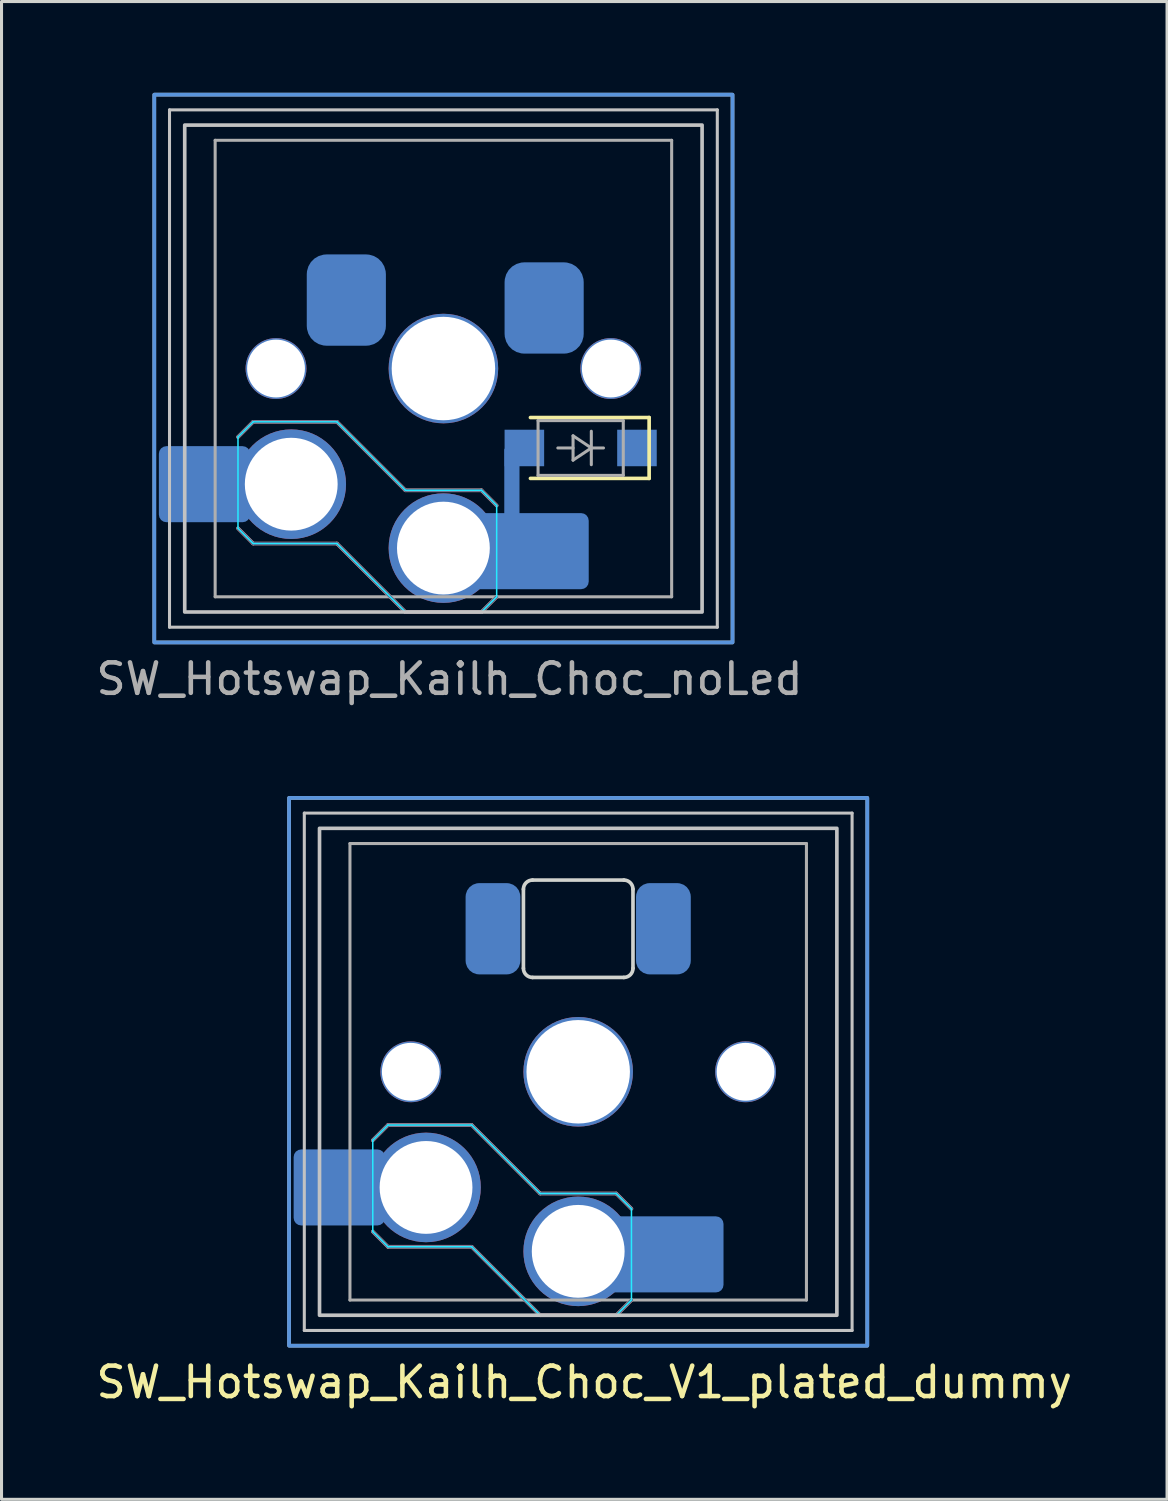
<source format=kicad_pcb>
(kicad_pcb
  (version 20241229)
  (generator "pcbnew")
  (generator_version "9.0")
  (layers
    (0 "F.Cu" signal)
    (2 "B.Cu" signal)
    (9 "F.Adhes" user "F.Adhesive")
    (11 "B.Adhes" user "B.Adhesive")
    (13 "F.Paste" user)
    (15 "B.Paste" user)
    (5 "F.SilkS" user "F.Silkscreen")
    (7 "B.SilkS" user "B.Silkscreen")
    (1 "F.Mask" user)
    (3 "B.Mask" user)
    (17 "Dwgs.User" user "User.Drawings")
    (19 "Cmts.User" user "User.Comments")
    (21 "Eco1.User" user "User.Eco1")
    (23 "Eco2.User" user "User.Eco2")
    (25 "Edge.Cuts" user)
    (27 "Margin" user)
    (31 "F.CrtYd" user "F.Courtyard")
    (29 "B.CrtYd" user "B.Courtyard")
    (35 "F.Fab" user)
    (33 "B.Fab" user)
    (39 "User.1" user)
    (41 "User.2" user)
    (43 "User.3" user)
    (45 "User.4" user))
  (footprint "SW_Hotswap_Kailh_Choc_noLed"
    (layer "F.Cu")
    (at 11.52 9.06)
    (property "Reference" "SW_Hotswap_Kailh_Choc_noLed" (at 0.2 10.2 180) (layer "F.Fab") (effects (font (size 1 1) (thickness 0.15))))
    (attr smd)
    (fp_line (start 6.76 1.61) (end 2.86 1.61) (stroke (width 0.12) (type solid)) (layer "F.SilkS"))
    (fp_line (start 6.76 3.61) (end 2.86 3.61) (stroke (width 0.12) (type solid)) (layer "F.SilkS"))
    (fp_line (start 6.76 3.61) (end 6.76 1.61) (stroke (width 0.12) (type solid)) (layer "F.SilkS"))
    (fp_line (start -6.75 2.25) (end -6.25 1.75) (stroke (width 0.12) (type solid)) (layer "B.SilkS"))
    (fp_line (start -6.25 1.75) (end -3.5 1.75) (stroke (width 0.12) (type solid)) (layer "B.SilkS"))
    (fp_line (start -6.25 5.75) (end -6.75 5.25) (stroke (width 0.12) (type solid)) (layer "B.SilkS"))
    (fp_line (start -3.5 1.75) (end -1.25 4) (stroke (width 0.12) (type solid)) (layer "B.SilkS"))
    (fp_line (start -3.5 5.75) (end -6.25 5.75) (stroke (width 0.12) (type solid)) (layer "B.SilkS"))
    (fp_line (start -1.25 4) (end 1.25 4) (stroke (width 0.12) (type solid)) (layer "B.SilkS"))
    (fp_line (start -1.25 8) (end -3.5 5.75) (stroke (width 0.12) (type solid)) (layer "B.SilkS"))
    (fp_line (start 1.25 4) (end 1.75 4.5) (stroke (width 0.12) (type solid)) (layer "B.SilkS"))
    (fp_line (start 1.25 8) (end -1.25 8) (stroke (width 0.12) (type solid)) (layer "B.SilkS"))
    (fp_line (start 1.75 7.5) (end 1.25 8) (stroke (width 0.12) (type solid)) (layer "B.SilkS"))
    (fp_line (start -9 -8.5) (end -9 8.5) (stroke (width 0.1) (type solid)) (layer "Dwgs.User"))
    (fp_line (start -9 8.5) (end 9 8.5) (stroke (width 0.1) (type solid)) (layer "Dwgs.User"))
    (fp_line (start 9 -8.5) (end -9 -8.5) (stroke (width 0.1) (type solid)) (layer "Dwgs.User"))
    (fp_line (start 9 8.5) (end 9 -8.5) (stroke (width 0.1) (type solid)) (layer "Dwgs.User"))
    (fp_rect (start -9.5 9) (end 9.5 -9) (stroke (width 0.12) (type solid)) (fill no) (layer "Dwgs.User"))
    (fp_rect (start -8.5 8) (end 8.5 -8) (stroke (width 0.12) (type solid)) (fill no) (layer "Dwgs.User"))
    (fp_rect (start 9.5 -9) (end -9.5 9) (stroke (width 0.12) (type solid)) (fill no) (layer "Cmts.User"))
    (fp_line (start -7.25 -7.25) (end -7.25 7.25) (stroke (width 0.1) (type solid)) (layer "Eco1.User"))
    (fp_line (start -7.25 7.25) (end 7.25 7.25) (stroke (width 0.1) (type solid)) (layer "Eco1.User"))
    (fp_line (start 7.25 -7.25) (end -7.25 -7.25) (stroke (width 0.1) (type solid)) (layer "Eco1.User"))
    (fp_line (start 7.25 7.25) (end 7.25 -7.25) (stroke (width 0.1) (type solid)) (layer "Eco1.User"))
    (fp_line (start -6.75 2.25) (end -6.25 1.75) (stroke (width 0.05) (type solid)) (layer "B.CrtYd"))
    (fp_line (start -6.75 5.25) (end -6.75 2.25) (stroke (width 0.05) (type solid)) (layer "B.CrtYd"))
    (fp_line (start -6.25 1.75) (end -3.5 1.75) (stroke (width 0.05) (type solid)) (layer "B.CrtYd"))
    (fp_line (start -6.25 5.75) (end -6.75 5.25) (stroke (width 0.05) (type solid)) (layer "B.CrtYd"))
    (fp_line (start -3.5 1.75) (end -1.25 4) (stroke (width 0.05) (type solid)) (layer "B.CrtYd"))
    (fp_line (start -3.5 5.75) (end -6.25 5.75) (stroke (width 0.05) (type solid)) (layer "B.CrtYd"))
    (fp_line (start -1.25 4) (end 1.25 4) (stroke (width 0.05) (type solid)) (layer "B.CrtYd"))
    (fp_line (start -1.25 8) (end -3.5 5.75) (stroke (width 0.05) (type solid)) (layer "B.CrtYd"))
    (fp_line (start 1.25 4) (end 1.75 4.5) (stroke (width 0.05) (type solid)) (layer "B.CrtYd"))
    (fp_line (start 1.25 8) (end -1.25 8) (stroke (width 0.05) (type solid)) (layer "B.CrtYd"))
    (fp_line (start 1.75 4.5) (end 1.75 7.5) (stroke (width 0.05) (type solid)) (layer "B.CrtYd"))
    (fp_line (start 1.75 7.5) (end 1.25 8) (stroke (width 0.05) (type solid)) (layer "B.CrtYd"))
    (fp_line (start -6.75 2.25) (end -6.25 1.75) (stroke (width 0.1) (type solid)) (layer "B.Fab"))
    (fp_line (start -6.25 1.75) (end -3.5 1.75) (stroke (width 0.1) (type solid)) (layer "B.Fab"))
    (fp_line (start -6.25 5.75) (end -6.75 5.25) (stroke (width 0.1) (type solid)) (layer "B.Fab"))
    (fp_line (start -3.5 1.75) (end -1.25 4) (stroke (width 0.1) (type solid)) (layer "B.Fab"))
    (fp_line (start -3.5 5.75) (end -6.25 5.75) (stroke (width 0.1) (type solid)) (layer "B.Fab"))
    (fp_line (start -1.25 4) (end 1.25 4) (stroke (width 0.1) (type solid)) (layer "B.Fab"))
    (fp_line (start -1.25 8) (end -3.5 5.75) (stroke (width 0.1) (type solid)) (layer "B.Fab"))
    (fp_line (start 1.25 4) (end 1.75 4.5) (stroke (width 0.1) (type solid)) (layer "B.Fab"))
    (fp_line (start 1.25 8) (end -1.25 8) (stroke (width 0.1) (type solid)) (layer "B.Fab"))
    (fp_line (start 1.75 7.5) (end 1.25 8) (stroke (width 0.1) (type solid)) (layer "B.Fab"))
    (fp_line (start -7.5 -7.5) (end -7.5 7.5) (stroke (width 0.1) (type solid)) (layer "F.Fab"))
    (fp_line (start -7.5 7.5) (end 7.5 7.5) (stroke (width 0.1) (type solid)) (layer "F.Fab"))
    (fp_line (start 3.11 1.71) (end 5.91 1.71) (stroke (width 0.1) (type solid)) (layer "F.Fab"))
    (fp_line (start 3.11 3.51) (end 3.11 1.71) (stroke (width 0.1) (type solid)) (layer "F.Fab"))
    (fp_line (start 4.26 2.21) (end 4.86 2.61) (stroke (width 0.1) (type solid)) (layer "F.Fab"))
    (fp_line (start 4.26 2.61) (end 3.76 2.61) (stroke (width 0.1) (type solid)) (layer "F.Fab"))
    (fp_line (start 4.26 3.01) (end 4.26 2.21) (stroke (width 0.1) (type solid)) (layer "F.Fab"))
    (fp_line (start 4.86 2.61) (end 4.26 3.01) (stroke (width 0.1) (type solid)) (layer "F.Fab"))
    (fp_line (start 4.86 2.61) (end 4.86 2.06) (stroke (width 0.1) (type solid)) (layer "F.Fab"))
    (fp_line (start 4.86 2.61) (end 4.86 3.16) (stroke (width 0.1) (type solid)) (layer "F.Fab"))
    (fp_line (start 5.26 2.61) (end 4.86 2.61) (stroke (width 0.1) (type solid)) (layer "F.Fab"))
    (fp_line (start 5.91 1.71) (end 5.91 3.51) (stroke (width 0.1) (type solid)) (layer "F.Fab"))
    (fp_line (start 5.91 3.51) (end 3.11 3.51) (stroke (width 0.1) (type solid)) (layer "F.Fab"))
    (fp_line (start 7.5 -7.5) (end -7.5 -7.5) (stroke (width 0.1) (type solid)) (layer "F.Fab"))
    (fp_line (start 7.5 7.5) (end 7.5 -7.5) (stroke (width 0.1) (type solid)) (layer "F.Fab"))
    (pad "" smd roundrect (at -8.5 3.8 180) (size 1.9 2.5) (layers "B.Mask" "B.Paste") (roundrect_rratio 0.1))
    (pad "" np_thru_hole circle (at -5.5 0 180) (size 2 2) (drill 1.9) (layers "*.Cu" "*.Mask"))
    (pad "" np_thru_hole circle (at 0 0 180) (size 3.6 3.6) (drill 3.4) (layers "*.Cu" "*.Mask"))
    (pad "" thru_hole circle (at 0 5.9 180) (size 3.6 3.6) (drill 3.05) (layers "*.Cu" "B.Mask"))
    (pad "" smd roundrect (at 2.25 3.87 180) (size 0.5 2.5) (layers "B.Cu" "B.Mask" "B.Paste") (roundrect_rratio 0.1))
    (pad "" smd rect (at 2.66 2.61 180) (size 1.3 1.2) (layers "B.Cu" "B.Mask" "B.Paste"))
    (pad "" smd roundrect (at 2.85 6 180) (size 3.85 2.5) (layers "B.Cu" "B.Mask" "B.Paste") (roundrect_rratio 0.1))
    (pad "" smd roundrect (at 3.5 6 180) (size 2.55 2.5) (layers "B.Mask" "B.Paste") (roundrect_rratio 0.1))
    (pad "" np_thru_hole circle (at 5.5 0 180) (size 2 2) (drill 1.9) (layers "*.Cu" "*.Mask"))
    (pad "1" smd roundrect (at -7.85 3.8 180) (size 3 2.5) (layers "B.Cu" "B.Mask" "B.Paste") (roundrect_rratio 0.1))
    (pad "1" thru_hole circle (at -5 3.8 180) (size 3.6 3.6) (drill 3.05) (layers "*.Cu"))
    (pad "2" smd rect (at 6.36 2.61 180) (size 1.3 1.2) (layers "B.Cu" "B.Mask" "B.Paste"))
    (pad "3" smd roundrect (at 3.31 -1.99) (size 2.6 3) (layers "B.Cu" "B.Mask" "B.Paste") (roundrect_rratio 0.25))
    (pad "4" smd roundrect (at -3.19 -2.25) (size 2.6 3) (layers "B.Cu" "B.Mask" "B.Paste") (roundrect_rratio 0.25)))
  (footprint "SW_Hotswap_Kailh_Choc_V1_plated_dummy"
    (layer "F.Cu")
    (at 15.949 32.168)
    (property "Reference" "SW_Hotswap_Kailh_Choc_V1_plated_dummy" (at 0.2 10.2 180) (layer "F.SilkS") (effects (font (size 1 1) (thickness 0.15))))
    (attr smd)
    (fp_line (start -6.75 2.25) (end -6.25 1.75) (stroke (width 0.12) (type solid)) (layer "B.SilkS"))
    (fp_line (start -6.25 1.75) (end -3.5 1.75) (stroke (width 0.12) (type solid)) (layer "B.SilkS"))
    (fp_line (start -6.25 5.75) (end -6.75 5.25) (stroke (width 0.12) (type solid)) (layer "B.SilkS"))
    (fp_line (start -3.5 1.75) (end -1.25 4) (stroke (width 0.12) (type solid)) (layer "B.SilkS"))
    (fp_line (start -3.5 5.75) (end -6.25 5.75) (stroke (width 0.12) (type solid)) (layer "B.SilkS"))
    (fp_line (start -1.25 4) (end 1.25 4) (stroke (width 0.12) (type solid)) (layer "B.SilkS"))
    (fp_line (start -1.25 8) (end -3.5 5.75) (stroke (width 0.12) (type solid)) (layer "B.SilkS"))
    (fp_line (start 1.25 4) (end 1.75 4.5) (stroke (width 0.12) (type solid)) (layer "B.SilkS"))
    (fp_line (start 1.25 8) (end -1.25 8) (stroke (width 0.12) (type solid)) (layer "B.SilkS"))
    (fp_line (start 1.75 7.5) (end 1.25 8) (stroke (width 0.12) (type solid)) (layer "B.SilkS"))
    (fp_line (start -9 -8.5) (end -9 8.5) (stroke (width 0.1) (type solid)) (layer "Dwgs.User"))
    (fp_line (start -9 8.5) (end 9 8.5) (stroke (width 0.1) (type solid)) (layer "Dwgs.User"))
    (fp_line (start 9 -8.5) (end -9 -8.5) (stroke (width 0.1) (type solid)) (layer "Dwgs.User"))
    (fp_line (start 9 8.5) (end 9 -8.5) (stroke (width 0.1) (type solid)) (layer "Dwgs.User"))
    (fp_rect (start -9.5 9) (end 9.5 -9) (stroke (width 0.12) (type solid)) (fill no) (layer "Dwgs.User"))
    (fp_rect (start -8.5 8) (end 8.5 -8) (stroke (width 0.12) (type solid)) (fill no) (layer "Dwgs.User"))
    (fp_rect (start 9.5 -9) (end -9.5 9) (stroke (width 0.12) (type solid)) (fill no) (layer "Cmts.User"))
    (fp_line (start -7.25 -7.25) (end -7.25 7.25) (stroke (width 0.1) (type solid)) (layer "Eco1.User"))
    (fp_line (start -7.25 7.25) (end 7.25 7.25) (stroke (width 0.1) (type solid)) (layer "Eco1.User"))
    (fp_line (start 7.25 -7.25) (end -7.25 -7.25) (stroke (width 0.1) (type solid)) (layer "Eco1.User"))
    (fp_line (start 7.25 7.25) (end 7.25 -7.25) (stroke (width 0.1) (type solid)) (layer "Eco1.User"))
    (fp_line (start -1.8 -6) (end -1.8 -3.4) (stroke (width 0.12) (type solid)) (layer "Edge.Cuts"))
    (fp_line (start -1.5 -3.1) (end 1.5 -3.1) (stroke (width 0.12) (type solid)) (layer "Edge.Cuts"))
    (fp_line (start 1.5 -6.3) (end -1.5 -6.3) (stroke (width 0.12) (type solid)) (layer "Edge.Cuts"))
    (fp_line (start 1.8 -3.4) (end 1.8 -6) (stroke (width 0.12) (type solid)) (layer "Edge.Cuts"))
    (fp_arc (start -1.8 -6) (mid -1.712132 -6.212132) (end -1.5 -6.3) (stroke (width 0.12) (type solid)) (layer "Edge.Cuts"))
    (fp_arc (start -1.5 -3.1) (mid -1.712132 -3.187868) (end -1.8 -3.4) (stroke (width 0.12) (type solid)) (layer "Edge.Cuts"))
    (fp_arc (start 1.5 -6.3) (mid 1.712132 -6.212132) (end 1.8 -6) (stroke (width 0.12) (type solid)) (layer "Edge.Cuts"))
    (fp_arc (start 1.8 -3.4) (mid 1.712132 -3.187868) (end 1.5 -3.1) (stroke (width 0.12) (type solid)) (layer "Edge.Cuts"))
    (fp_line (start -6.75 2.25) (end -6.25 1.75) (stroke (width 0.05) (type solid)) (layer "B.CrtYd"))
    (fp_line (start -6.75 5.25) (end -6.75 2.25) (stroke (width 0.05) (type solid)) (layer "B.CrtYd"))
    (fp_line (start -6.25 1.75) (end -3.5 1.75) (stroke (width 0.05) (type solid)) (layer "B.CrtYd"))
    (fp_line (start -6.25 5.75) (end -6.75 5.25) (stroke (width 0.05) (type solid)) (layer "B.CrtYd"))
    (fp_line (start -3.5 1.75) (end -1.25 4) (stroke (width 0.05) (type solid)) (layer "B.CrtYd"))
    (fp_line (start -3.5 5.75) (end -6.25 5.75) (stroke (width 0.05) (type solid)) (layer "B.CrtYd"))
    (fp_line (start -1.25 4) (end 1.25 4) (stroke (width 0.05) (type solid)) (layer "B.CrtYd"))
    (fp_line (start -1.25 8) (end -3.5 5.75) (stroke (width 0.05) (type solid)) (layer "B.CrtYd"))
    (fp_line (start 1.25 4) (end 1.75 4.5) (stroke (width 0.05) (type solid)) (layer "B.CrtYd"))
    (fp_line (start 1.25 8) (end -1.25 8) (stroke (width 0.05) (type solid)) (layer "B.CrtYd"))
    (fp_line (start 1.75 4.5) (end 1.75 7.5) (stroke (width 0.05) (type solid)) (layer "B.CrtYd"))
    (fp_line (start 1.75 7.5) (end 1.25 8) (stroke (width 0.05) (type solid)) (layer "B.CrtYd"))
    (fp_line (start -6.75 2.25) (end -6.25 1.75) (stroke (width 0.1) (type solid)) (layer "B.Fab"))
    (fp_line (start -6.25 1.75) (end -3.5 1.75) (stroke (width 0.1) (type solid)) (layer "B.Fab"))
    (fp_line (start -6.25 5.75) (end -6.75 5.25) (stroke (width 0.1) (type solid)) (layer "B.Fab"))
    (fp_line (start -3.5 1.75) (end -1.25 4) (stroke (width 0.1) (type solid)) (layer "B.Fab"))
    (fp_line (start -3.5 5.75) (end -6.25 5.75) (stroke (width 0.1) (type solid)) (layer "B.Fab"))
    (fp_line (start -1.25 4) (end 1.25 4) (stroke (width 0.1) (type solid)) (layer "B.Fab"))
    (fp_line (start -1.25 8) (end -3.5 5.75) (stroke (width 0.1) (type solid)) (layer "B.Fab"))
    (fp_line (start 1.25 4) (end 1.75 4.5) (stroke (width 0.1) (type solid)) (layer "B.Fab"))
    (fp_line (start 1.25 8) (end -1.25 8) (stroke (width 0.1) (type solid)) (layer "B.Fab"))
    (fp_line (start 1.75 7.5) (end 1.25 8) (stroke (width 0.1) (type solid)) (layer "B.Fab"))
    (fp_line (start -7.5 -7.5) (end -7.5 7.5) (stroke (width 0.1) (type solid)) (layer "F.Fab"))
    (fp_line (start -7.5 7.5) (end 7.5 7.5) (stroke (width 0.1) (type solid)) (layer "F.Fab"))
    (fp_line (start 7.5 -7.5) (end -7.5 -7.5) (stroke (width 0.1) (type solid)) (layer "F.Fab"))
    (fp_line (start 7.5 7.5) (end 7.5 -7.5) (stroke (width 0.1) (type solid)) (layer "F.Fab"))
    (pad "" smd roundrect (at -8.5 3.8 180) (size 1.9 2.5) (layers "B.Mask" "B.Paste") (roundrect_rratio 0.1))
    (pad "" np_thru_hole circle (at -5.5 0 180) (size 2 2) (drill 1.9) (layers "*.Cu" "*.Mask"))
    (pad "" np_thru_hole circle (at 0 0 180) (size 3.6 3.6) (drill 3.4) (layers "*.Cu" "*.Mask"))
    (pad "" smd roundrect (at 3.5 6 180) (size 2.55 2.5) (layers "B.Mask" "B.Paste") (roundrect_rratio 0.1))
    (pad "" np_thru_hole circle (at 5.5 0 180) (size 2 2) (drill 1.9) (layers "*.Cu" "*.Mask"))
    (pad "1" thru_hole circle (at 0 5.9 180) (size 3.6 3.6) (drill 3.05) (layers "*.Cu" "B.Mask"))
    (pad "1" smd roundrect (at 2.85 6 180) (size 3.85 2.5) (layers "B.Cu" "B.Mask" "B.Paste") (roundrect_rratio 0.1))
    (pad "2" smd roundrect (at 2.8 -4.7) (size 1.8 3) (layers "B.Cu" "B.Mask" "B.Paste") (roundrect_rratio 0.25))
    (pad "3" smd roundrect (at -7.85 3.8 180) (size 3 2.5) (layers "B.Cu" "B.Mask" "B.Paste") (roundrect_rratio 0.1))
    (pad "3" thru_hole circle (at -5 3.8 180) (size 3.6 3.6) (drill 3.05) (layers "*.Cu" "B.Mask"))
    (pad "4" smd roundrect (at -2.8 -4.7) (size 1.8 3) (layers "B.Cu" "B.Mask" "B.Paste") (roundrect_rratio 0.25)))
  (gr_rect
    (start -3 -3)
    (end 35.298 46.217)
    (stroke (width 0.1) (type default))
    (fill no)
    (layer "Edge.Cuts")))
</source>
